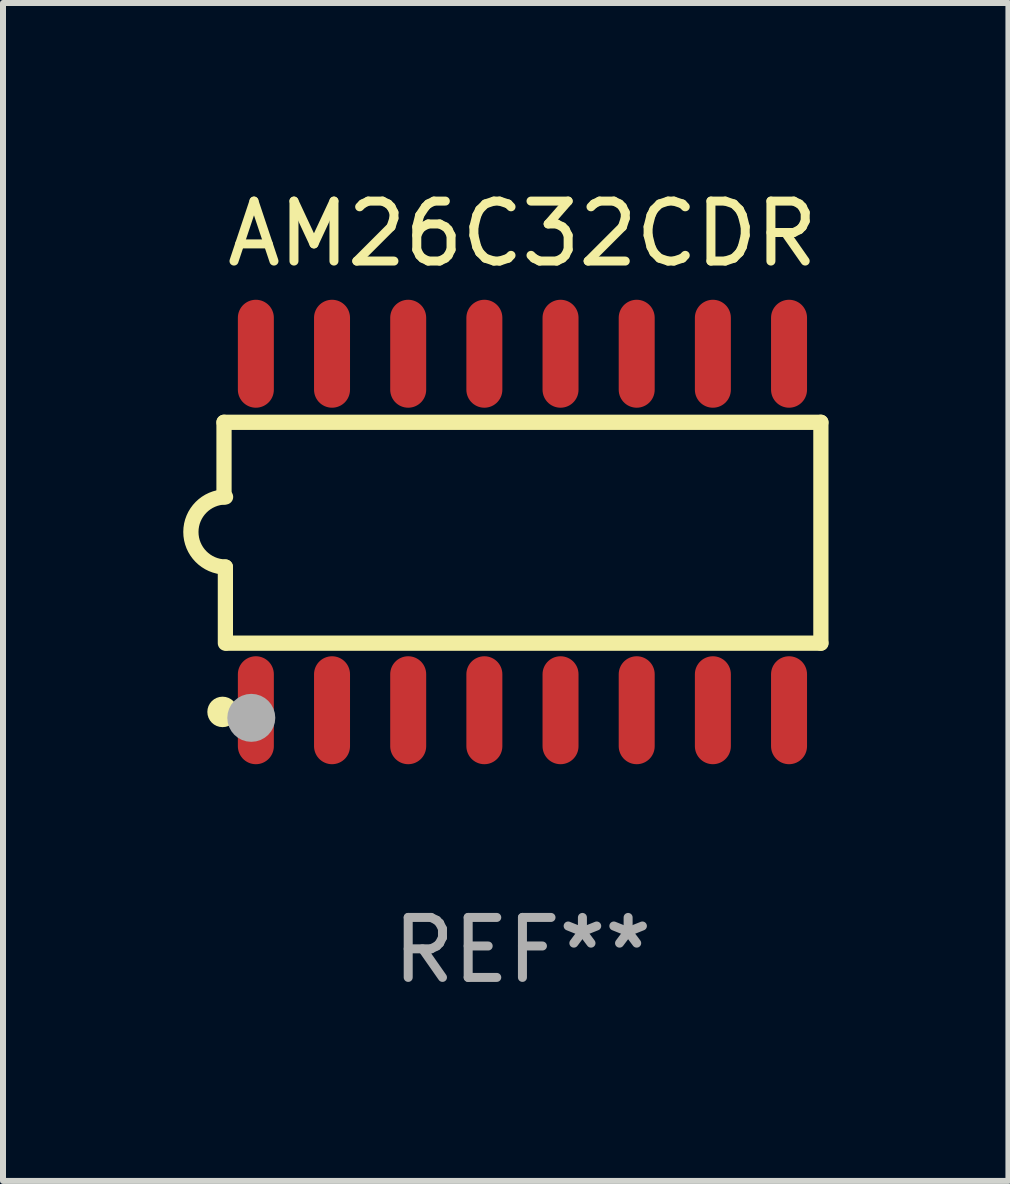
<source format=kicad_pcb>
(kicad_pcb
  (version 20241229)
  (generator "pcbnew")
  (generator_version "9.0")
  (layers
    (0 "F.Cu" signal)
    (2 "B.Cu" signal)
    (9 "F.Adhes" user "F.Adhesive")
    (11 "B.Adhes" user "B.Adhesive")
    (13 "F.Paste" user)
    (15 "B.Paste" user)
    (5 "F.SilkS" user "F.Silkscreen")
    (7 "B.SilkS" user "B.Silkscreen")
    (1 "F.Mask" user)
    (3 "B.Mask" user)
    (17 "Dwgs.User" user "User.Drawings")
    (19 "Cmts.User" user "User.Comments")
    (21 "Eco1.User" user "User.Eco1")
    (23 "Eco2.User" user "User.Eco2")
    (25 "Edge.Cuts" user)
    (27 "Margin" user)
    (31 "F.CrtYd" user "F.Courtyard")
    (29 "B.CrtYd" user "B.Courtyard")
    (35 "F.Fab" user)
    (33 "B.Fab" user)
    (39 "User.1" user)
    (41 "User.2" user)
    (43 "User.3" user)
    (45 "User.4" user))
  (footprint "AM26C32CDR"
    (layer "F.Cu")
    (at 5.661 5.82)
    (property "Reference" "AM26C32CDR" (at 0 -4.972 0) (layer "F.SilkS") (effects (font (size 1 1) (thickness 0.15))))
    (attr through_hole)
    (fp_line (start -4.976 -1.829) (end -4.976 -0.584) (stroke (width 0.254) (type solid)) (layer "F.SilkS"))
    (fp_line (start -4.953 0.584) (end -4.953 1.854) (stroke (width 0.254) (type solid)) (layer "F.SilkS"))
    (fp_line (start -4.928 1.854) (end 4.976 1.854) (stroke (width 0.254) (type solid)) (layer "F.SilkS"))
    (fp_line (start 4.976 -1.829) (end -4.976 -1.829) (stroke (width 0.254) (type solid)) (layer "F.SilkS"))
    (fp_line (start 4.976 1.854) (end 4.976 -1.829) (stroke (width 0.254) (type solid)) (layer "F.SilkS"))
    (fp_arc (start -4.95301 0.584201) (mid -5.533866 -0.00152) (end -4.950088 -0.584329) (stroke (width 0.254001) (type solid)) (layer "F.SilkS"))
    (fp_circle (center -5 3) (end -4.873 3) (stroke (width 0.254) (type solid)) (fill no) (layer "F.SilkS"))
    (fp_circle (center -4.521 3.099) (end -4.321 3.099) (stroke (width 0.4) (type solid)) (fill no) (layer "F.Fab"))
    (fp_text user "REF**" (at 0 6.972 0) (layer "F.Fab") (effects (font (size 1 1) (thickness 0.15))))
    (pad "1" smd oval (at -4.445 2.972 180) (size 0.6 1.8) (layers "F.Cu" "F.Mask" "F.Paste"))
    (pad "2" smd oval (at -3.175 2.972 180) (size 0.6 1.8) (layers "F.Cu" "F.Mask" "F.Paste"))
    (pad "3" smd oval (at -1.905 2.972 180) (size 0.6 1.8) (layers "F.Cu" "F.Mask" "F.Paste"))
    (pad "4" smd oval (at -0.635 2.972 180) (size 0.6 1.8) (layers "F.Cu" "F.Mask" "F.Paste"))
    (pad "5" smd oval (at 0.635 2.972 180) (size 0.6 1.8) (layers "F.Cu" "F.Mask" "F.Paste"))
    (pad "6" smd oval (at 1.905 2.972 180) (size 0.6 1.8) (layers "F.Cu" "F.Mask" "F.Paste"))
    (pad "7" smd oval (at 3.175 2.972 180) (size 0.6 1.8) (layers "F.Cu" "F.Mask" "F.Paste"))
    (pad "8" smd oval (at 4.445 2.972 180) (size 0.6 1.8) (layers "F.Cu" "F.Mask" "F.Paste"))
    (pad "9" smd oval (at 4.445 -2.972 180) (size 0.6 1.8) (layers "F.Cu" "F.Mask" "F.Paste"))
    (pad "10" smd oval (at 3.175 -2.972 180) (size 0.6 1.8) (layers "F.Cu" "F.Mask" "F.Paste"))
    (pad "11" smd oval (at 1.905 -2.972 180) (size 0.6 1.8) (layers "F.Cu" "F.Mask" "F.Paste"))
    (pad "12" smd oval (at 0.635 -2.972 180) (size 0.6 1.8) (layers "F.Cu" "F.Mask" "F.Paste"))
    (pad "13" smd oval (at -0.635 -2.972 180) (size 0.6 1.8) (layers "F.Cu" "F.Mask" "F.Paste"))
    (pad "14" smd oval (at -1.905 -2.972 180) (size 0.6 1.8) (layers "F.Cu" "F.Mask" "F.Paste"))
    (pad "15" smd oval (at -3.175 -2.972 180) (size 0.6 1.8) (layers "F.Cu" "F.Mask" "F.Paste"))
    (pad "16" smd oval (at -4.445 -2.972 180) (size 0.6 1.8) (layers "F.Cu" "F.Mask" "F.Paste")))
  (gr_rect
    (start -3 -3)
    (end 13.764 16.64)
    (stroke (width 0.1) (type default))
    (fill no)
    (layer "Edge.Cuts")))
</source>
